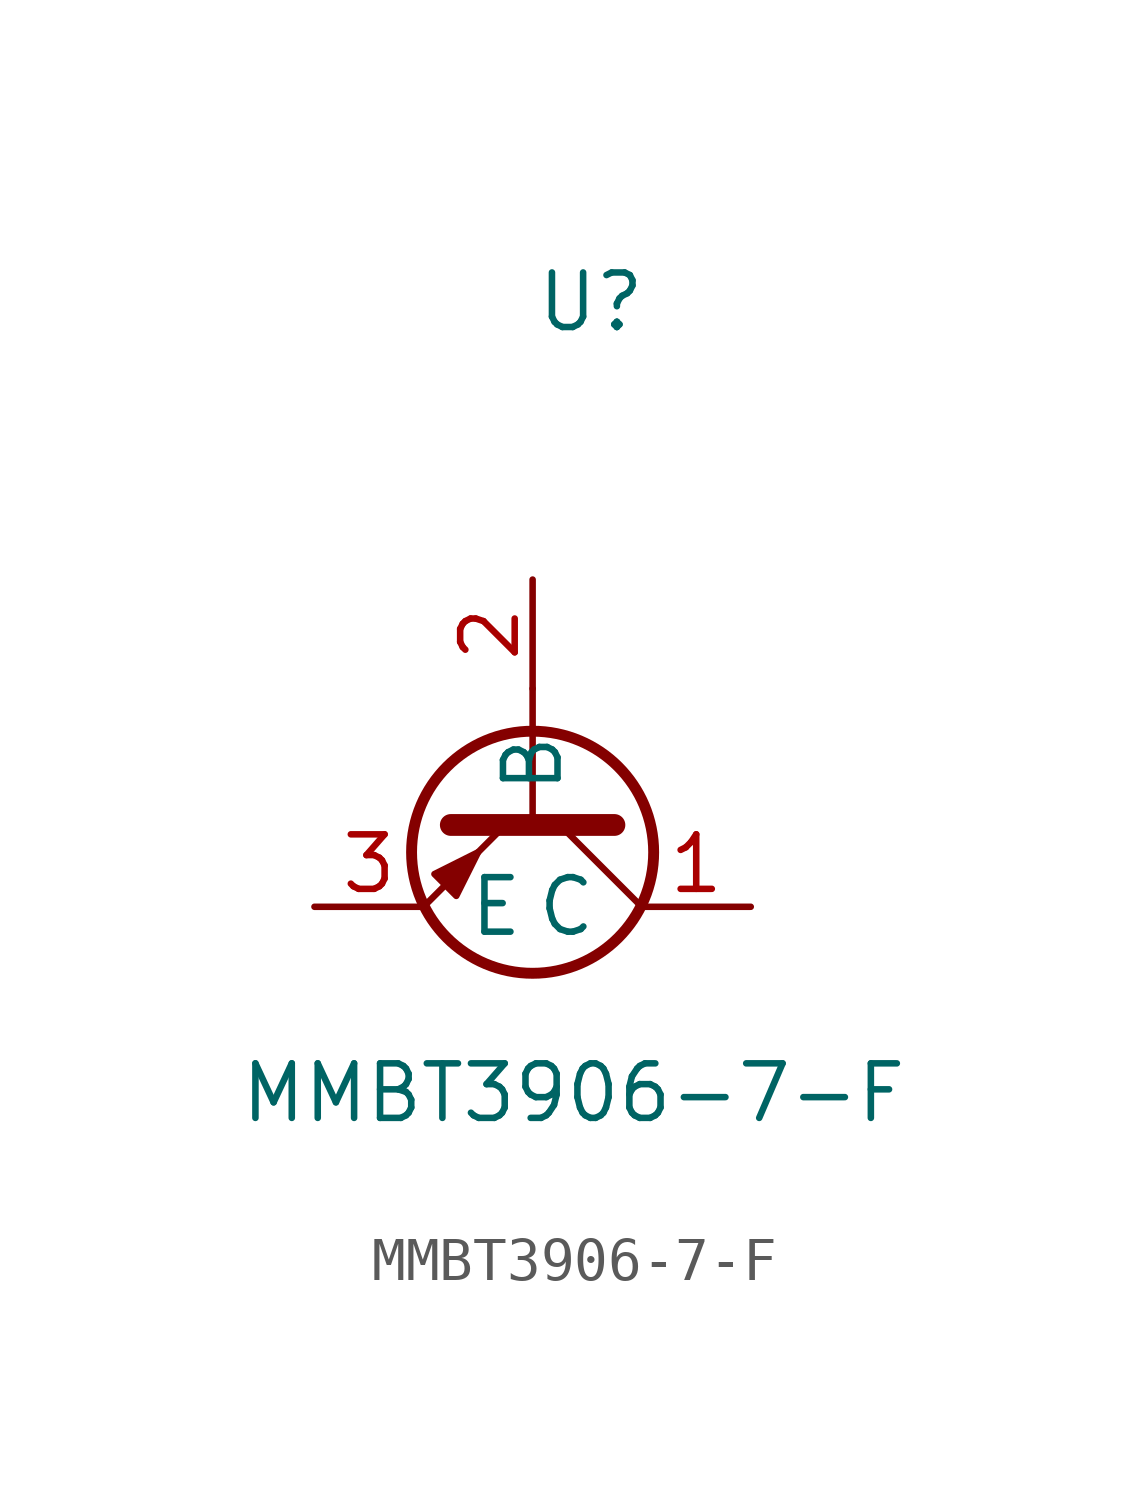
<source format=kicad_sym>
(kicad_symbol_lib
  (version 20241209)
  (generator "kicad_symbol_editor")
  (generator_version "9.0")
  (symbol "MMBT3906-7-F"
    (pin_names
      (offset 1.016))
    (property "Reference" "U"
      (at -5.032 6.989 0)
      (effects (font (size 1.27 1.27)) (justify left bottom)))
    (property "Value" "MMBT3906-7-F"
      (at -11.938 -11.43 0)
      (effects (font (size 1.27 1.27)) (justify left bottom)))
    (symbol "MMBT3906-7-F_0_1"
      (polyline (pts (xy -6.858 -6.096) (xy -7.366 -5.588) (xy -6.35 -5.08) (xy -6.858 -6.096)) (stroke (width 0) (type default)) (fill (type outline)))
      (polyline (pts (xy -5.715 -4.445) (xy -7.62 -6.35)) (stroke (width 0) (type default)) (fill (type none)))
      (polyline (pts (xy -5.08 -1.27) (xy -5.08 -4.445)) (stroke (width 0) (type default)) (fill (type none)))
      (circle (center -5.08 -5.08) (radius 2.819) (stroke (width 0.254) (type default)) (fill (type none)))
      (polyline (pts (xy -4.445 -4.445) (xy -2.54 -6.35)) (stroke (width 0) (type default)) (fill (type none)))
      (polyline (pts (xy -3.175 -4.445) (xy -6.985 -4.445)) (stroke (width 0.508) (type default)) (fill (type none))))
    (symbol "MMBT3906-7-F_1_1"
      (pin passive line (at -10.16 -6.35 0) (length 2.54) (name "E" (effects (font (size 1.27 1.27)))) (number "3" (effects (font (size 1.27 1.27)))))
      (pin input line (at -5.08 1.27 270) (length 2.54) (name "B" (effects (font (size 1.27 1.27)))) (number "2" (effects (font (size 1.27 1.27)))))
      (pin passive line (at 0 -6.35 180) (length 2.54) (name "C" (effects (font (size 1.27 1.27)))) (number "1" (effects (font (size 1.27 1.27))))))))
</source>
